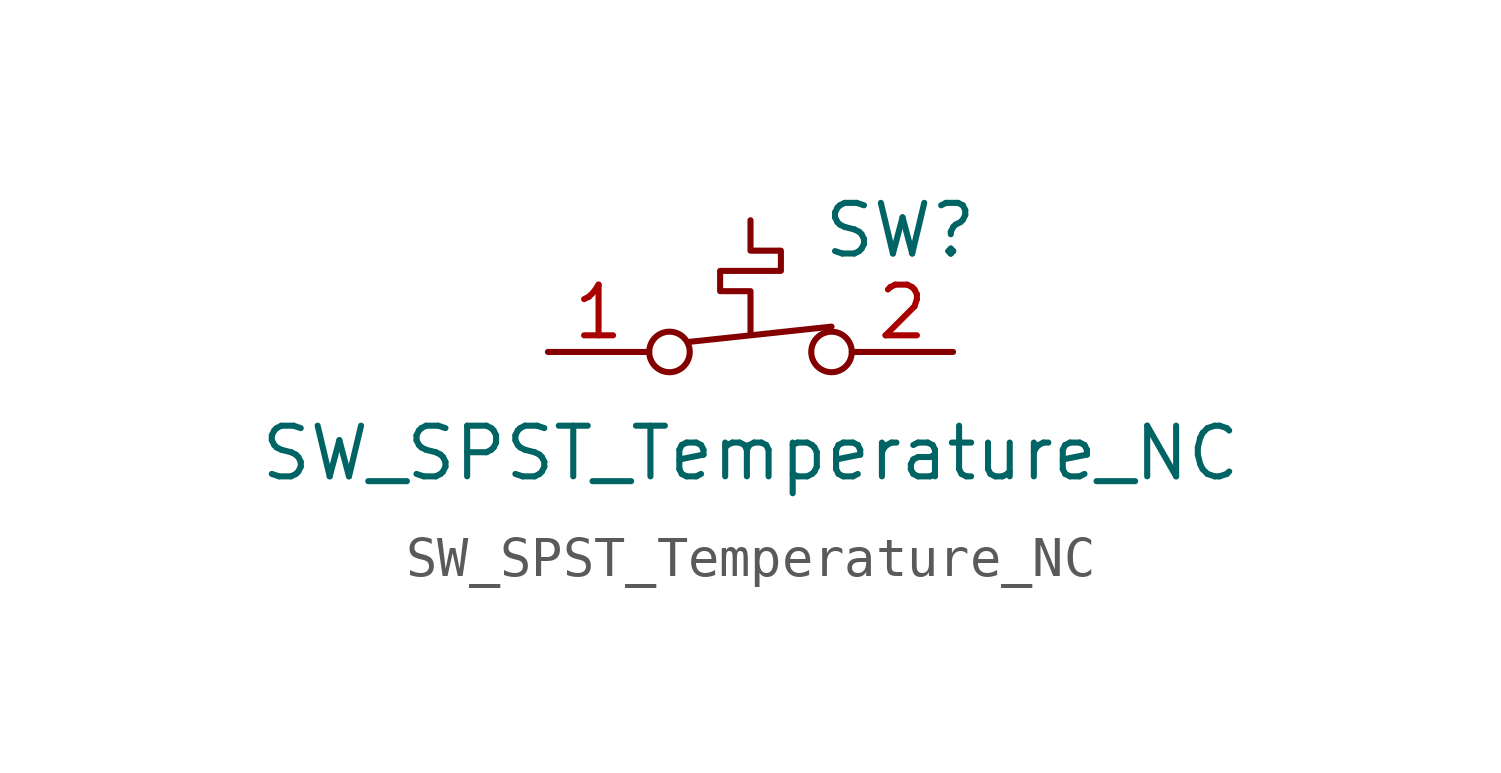
<source format=kicad_sym>
(kicad_symbol_lib
  (version 20211014)
  (generator kicad_symbol_editor)
  (symbol "SW_SPST_Temperature_NC"
    (pin_names
      (offset 0) hide)
    (property "Reference" "SW"
      (at 1.778 3.048 0)
      (effects (font (size 1.27 1.27)) (justify left)))
    (property "Value" "SW_SPST_Temperature_NC"
      (at 0 -2.54 0)
      (effects (font (size 1.27 1.27))))
    (symbol "SW_SPST_Temperature_NC_0_0"
      (circle (center -2.032 0) (radius 0.508) (stroke (width 0) (type default) (color 0 0 0 0)) (fill (type none)))
      (polyline (pts (xy -1.524 0.254) (xy 2.032 0.635)) (stroke (width 0) (type default) (color 0 0 0 0)) (fill (type none)))
      (polyline (pts (xy 0 0.508) (xy 0 1.524) (xy -0.762 1.524) (xy -0.762 2.032) (xy 0.762 2.032) (xy 0.762 2.54) (xy 0 2.54) (xy 0 3.302)) (stroke (width 0) (type default) (color 0 0 0 0)) (fill (type none)))
      (circle (center 2.032 0) (radius 0.508) (stroke (width 0) (type default) (color 0 0 0 0)) (fill (type none))))
    (symbol "SW_SPST_Temperature_NC_1_1"
      (pin passive line (at -5.08 0 0) (length 2.54) (name "A" (effects (font (size 1.27 1.27)))) (number "1" (effects (font (size 1.27 1.27)))))
      (pin passive line (at 5.08 0 180) (length 2.54) (name "B" (effects (font (size 1.27 1.27)))) (number "2" (effects (font (size 1.27 1.27))))))))
</source>
